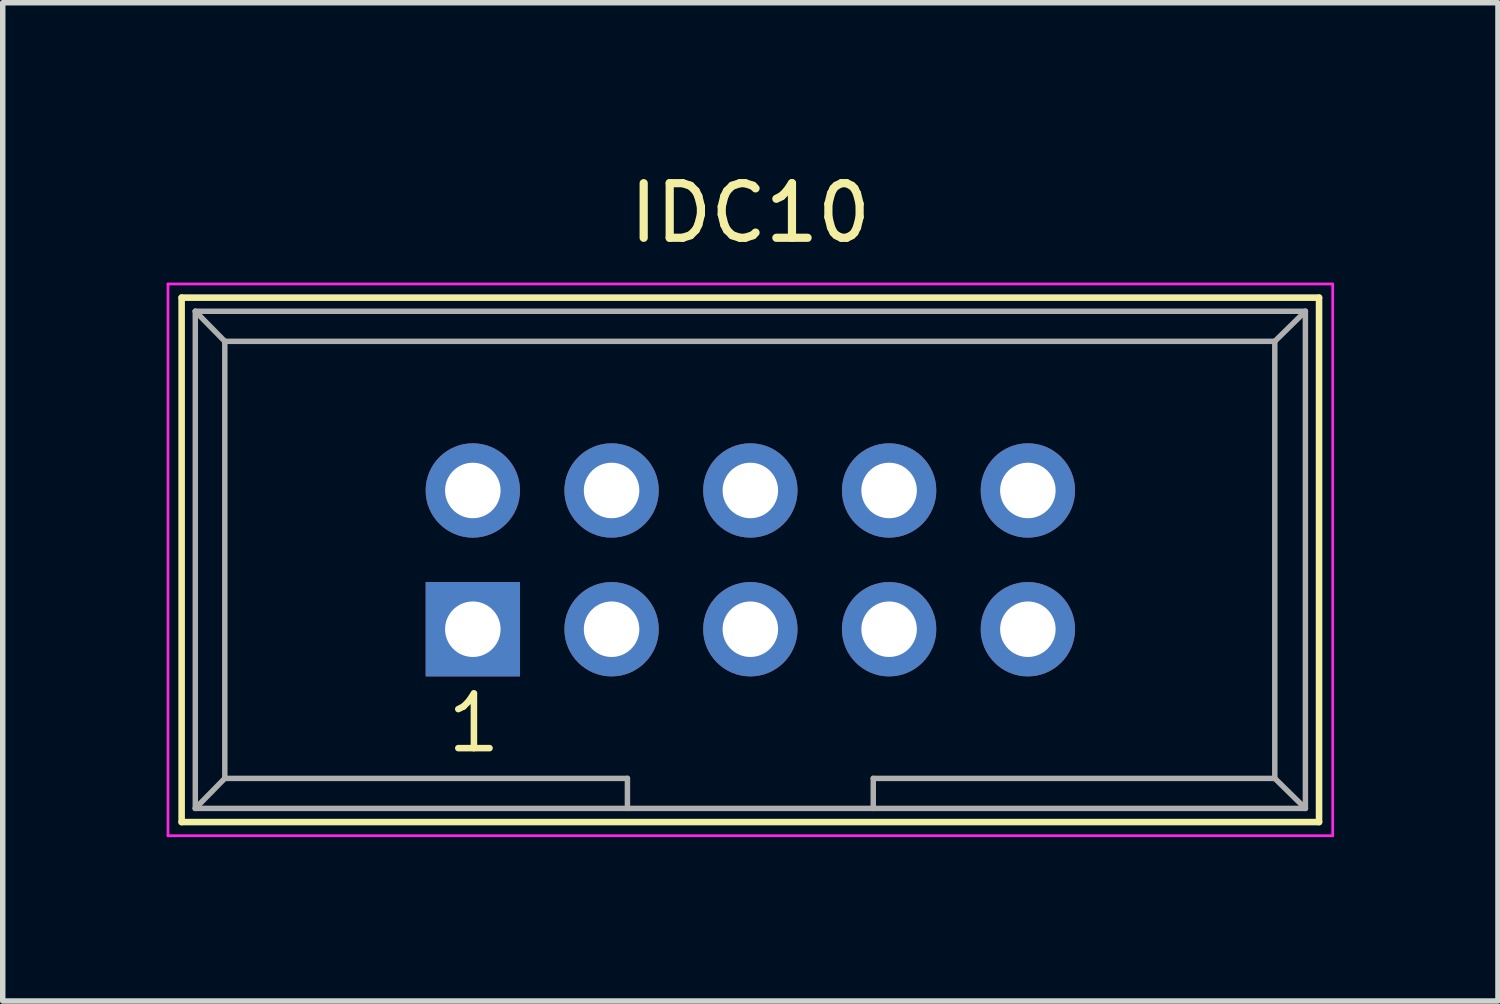
<source format=kicad_pcb>
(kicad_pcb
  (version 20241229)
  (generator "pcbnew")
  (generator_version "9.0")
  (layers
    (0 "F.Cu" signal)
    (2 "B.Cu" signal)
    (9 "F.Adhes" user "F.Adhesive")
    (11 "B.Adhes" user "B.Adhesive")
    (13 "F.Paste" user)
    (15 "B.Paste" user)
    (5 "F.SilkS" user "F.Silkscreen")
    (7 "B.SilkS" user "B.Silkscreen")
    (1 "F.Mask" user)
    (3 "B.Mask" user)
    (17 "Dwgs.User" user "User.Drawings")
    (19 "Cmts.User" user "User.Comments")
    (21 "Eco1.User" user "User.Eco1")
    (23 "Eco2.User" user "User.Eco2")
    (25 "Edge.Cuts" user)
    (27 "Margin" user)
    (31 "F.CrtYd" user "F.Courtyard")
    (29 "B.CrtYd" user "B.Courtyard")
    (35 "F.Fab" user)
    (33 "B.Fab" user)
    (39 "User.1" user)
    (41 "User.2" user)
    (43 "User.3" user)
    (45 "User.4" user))
  (footprint "IDC10"
    (layer "F.Cu")
    (at 5.605 8.468)
    (property "Reference" "IDC10" (at 5.08 -7.62 0) (layer "F.SilkS") (effects (font (size 1 1) (thickness 0.15))))
    (attr through_hole)
    (fp_line (start -5.33 -6.07) (end 15.49 -6.07) (stroke (width 0.12) (type solid)) (layer "F.SilkS"))
    (fp_line (start -5.33 3.53) (end -5.33 -6.07) (stroke (width 0.12) (type solid)) (layer "F.SilkS"))
    (fp_line (start 15.49 -6.07) (end 15.49 3.53) (stroke (width 0.12) (type solid)) (layer "F.SilkS"))
    (fp_line (start 15.49 3.53) (end -5.33 3.53) (stroke (width 0.12) (type solid)) (layer "F.SilkS"))
    (fp_line (start -5.58 -6.32) (end 15.74 -6.32) (stroke (width 0.05) (type solid)) (layer "F.CrtYd"))
    (fp_line (start -5.58 3.78) (end -5.58 -6.32) (stroke (width 0.05) (type solid)) (layer "F.CrtYd"))
    (fp_line (start 15.74 -6.32) (end 15.74 3.78) (stroke (width 0.05) (type solid)) (layer "F.CrtYd"))
    (fp_line (start 15.74 3.78) (end -5.58 3.78) (stroke (width 0.05) (type solid)) (layer "F.CrtYd"))
    (fp_line (start -5.08 -5.82) (end -5.08 3.28) (stroke (width 0.1) (type solid)) (layer "F.Fab"))
    (fp_line (start -5.08 -5.82) (end -4.54 -5.27) (stroke (width 0.1) (type solid)) (layer "F.Fab"))
    (fp_line (start -5.08 -5.82) (end 15.24 -5.82) (stroke (width 0.1) (type solid)) (layer "F.Fab"))
    (fp_line (start -5.08 3.28) (end -4.54 2.73) (stroke (width 0.1) (type solid)) (layer "F.Fab"))
    (fp_line (start -5.08 3.28) (end 15.24 3.28) (stroke (width 0.1) (type solid)) (layer "F.Fab"))
    (fp_line (start -4.54 -5.27) (end -4.54 2.73) (stroke (width 0.1) (type solid)) (layer "F.Fab"))
    (fp_line (start -4.54 -5.27) (end 14.68 -5.27) (stroke (width 0.1) (type solid)) (layer "F.Fab"))
    (fp_line (start -4.54 2.73) (end 2.83 2.73) (stroke (width 0.1) (type solid)) (layer "F.Fab"))
    (fp_line (start 2.83 2.73) (end 2.83 3.28) (stroke (width 0.1) (type solid)) (layer "F.Fab"))
    (fp_line (start 7.33 2.73) (end 7.33 3.28) (stroke (width 0.1) (type solid)) (layer "F.Fab"))
    (fp_line (start 7.33 2.73) (end 14.68 2.73) (stroke (width 0.1) (type solid)) (layer "F.Fab"))
    (fp_line (start 14.68 -5.27) (end 14.68 2.73) (stroke (width 0.1) (type solid)) (layer "F.Fab"))
    (fp_line (start 15.24 -5.82) (end 14.68 -5.27) (stroke (width 0.1) (type solid)) (layer "F.Fab"))
    (fp_line (start 15.24 -5.82) (end 15.24 3.28) (stroke (width 0.1) (type solid)) (layer "F.Fab"))
    (fp_line (start 15.24 3.28) (end 14.68 2.73) (stroke (width 0.1) (type solid)) (layer "F.Fab"))
    (fp_text user "1" (at 0.02 1.72 0) (layer "F.SilkS") (effects (font (size 1 1) (thickness 0.12))))
    (pad "1" thru_hole rect (at 0 0) (size 1.727 1.727) (drill 1.016) (layers "*.Cu" "*.Mask"))
    (pad "2" thru_hole oval (at 0 -2.54) (size 1.727 1.727) (drill 1.016) (layers "*.Cu" "*.Mask"))
    (pad "3" thru_hole oval (at 2.54 0) (size 1.727 1.727) (drill 1.016) (layers "*.Cu" "*.Mask"))
    (pad "4" thru_hole oval (at 2.54 -2.54) (size 1.727 1.727) (drill 1.016) (layers "*.Cu" "*.Mask"))
    (pad "5" thru_hole oval (at 5.08 0) (size 1.727 1.727) (drill 1.016) (layers "*.Cu" "*.Mask"))
    (pad "6" thru_hole oval (at 5.08 -2.54) (size 1.727 1.727) (drill 1.016) (layers "*.Cu" "*.Mask"))
    (pad "7" thru_hole oval (at 7.62 0) (size 1.727 1.727) (drill 1.016) (layers "*.Cu" "*.Mask"))
    (pad "8" thru_hole oval (at 7.62 -2.54) (size 1.727 1.727) (drill 1.016) (layers "*.Cu" "*.Mask"))
    (pad "9" thru_hole oval (at 10.16 0) (size 1.727 1.727) (drill 1.016) (layers "*.Cu" "*.Mask"))
    (pad "10" thru_hole oval (at 10.16 -2.54) (size 1.727 1.727) (drill 1.016) (layers "*.Cu" "*.Mask")))
  (gr_rect
    (start -3 -3)
    (end 24.37 15.273)
    (stroke (width 0.1) (type default))
    (fill no)
    (layer "Edge.Cuts")))
</source>
